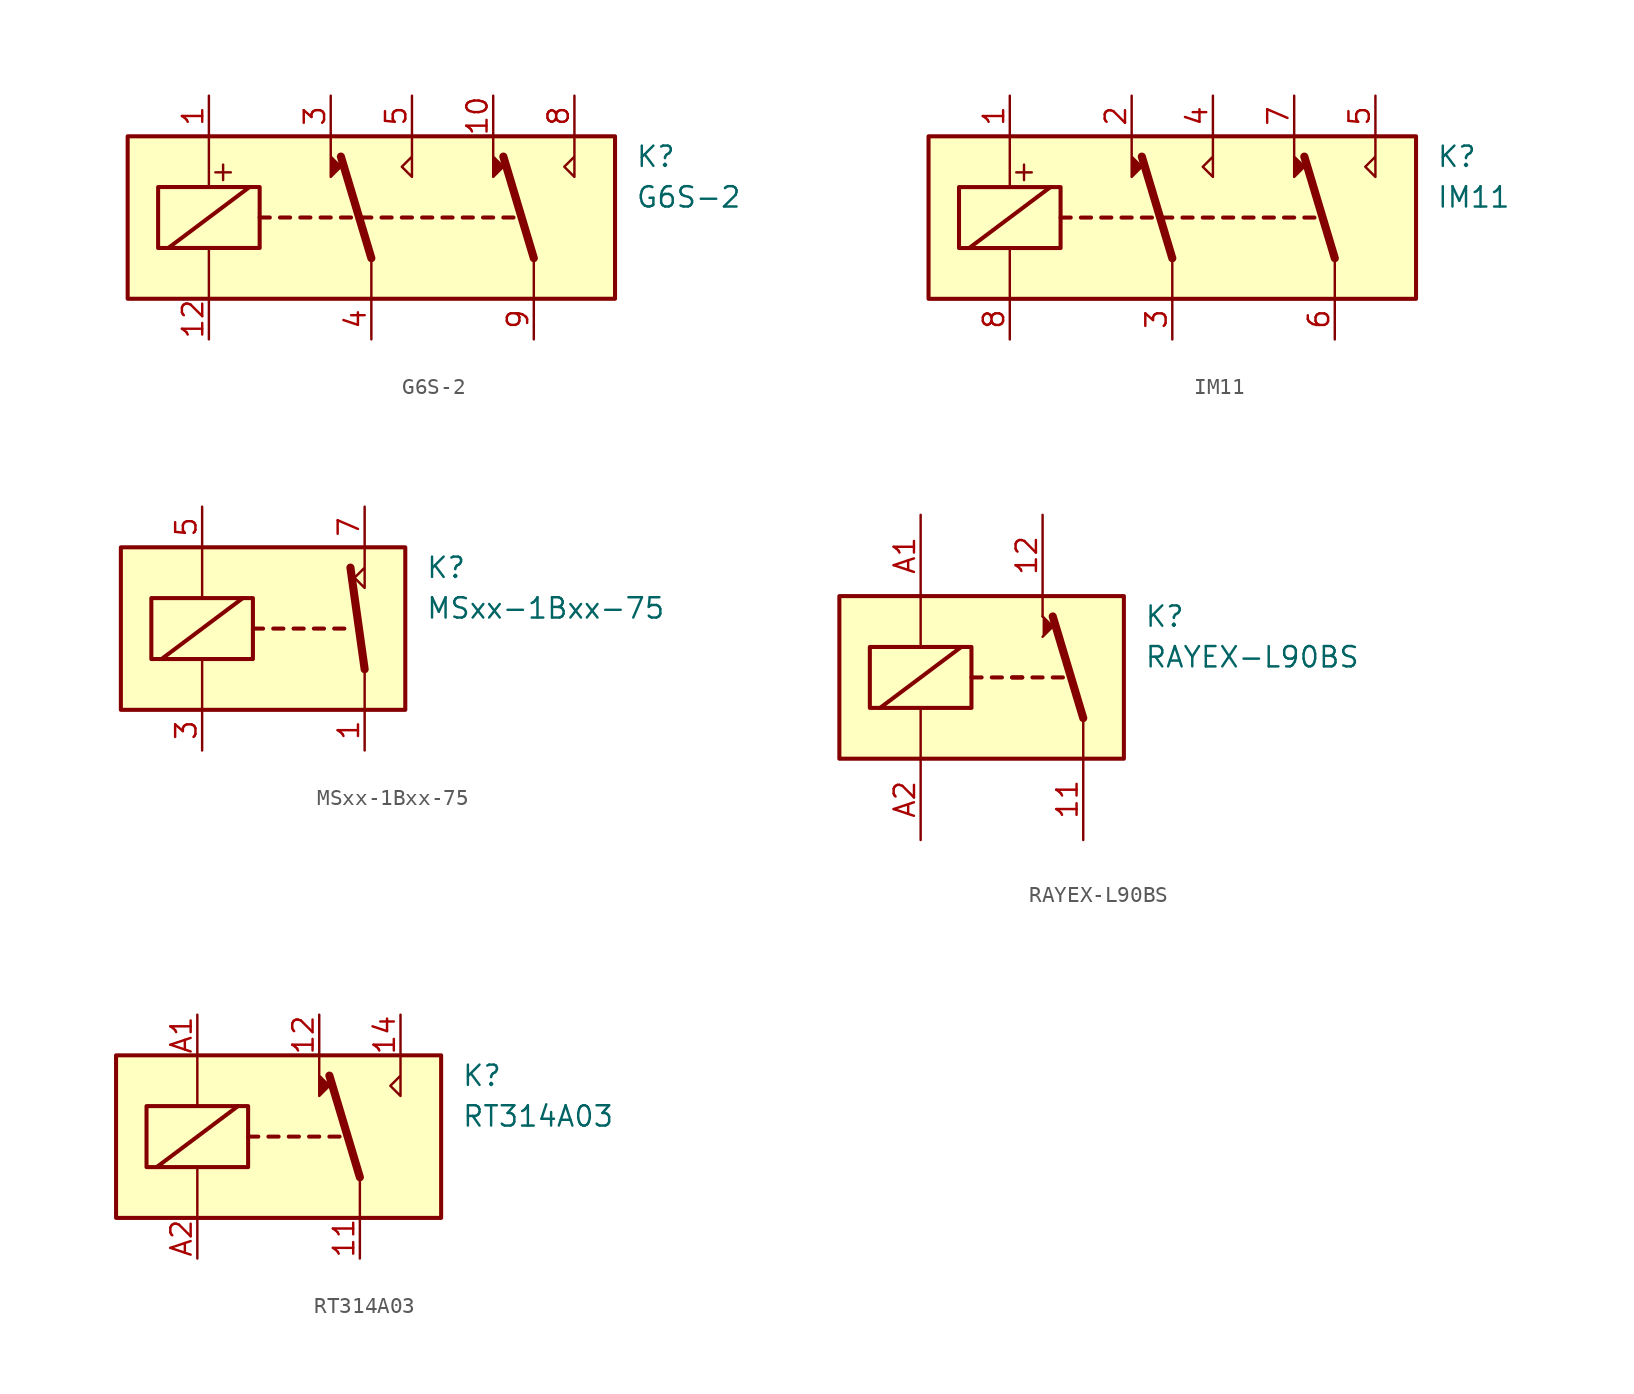
<source format=kicad_sym>
(kicad_symbol_lib
  (version 20231120)
  (generator "kicad_symbol_editor")
  (generator_version "8.0")
  (symbol "G6S-2"
    (property "Reference" "K"
      (at 16.51 3.81 0)
      (effects (font (size 1.27 1.27)) (justify left)))
    (property "Value" "G6S-2"
      (at 16.51 1.27 0)
      (effects (font (size 1.27 1.27)) (justify left)))
    (symbol "G6S-2_0_0"
      (text "+" (at -9.271 2.921 0) (effects (font (size 1.27 1.27)))))
    (symbol "G6S-2_0_1"
      (rectangle (start -15.24 5.08) (end 15.24 -5.08) (stroke (width 0.254) (type default)) (fill (type background)))
      (rectangle (start -13.335 1.905) (end -6.985 -1.905) (stroke (width 0.254) (type default)) (fill (type none)))
      (polyline (pts (xy -12.7 -1.905) (xy -7.62 1.905)) (stroke (width 0.254) (type default)) (fill (type none)))
      (polyline (pts (xy -10.16 -5.08) (xy -10.16 -1.905)) (stroke (width 0) (type default)) (fill (type none)))
      (polyline (pts (xy -10.16 5.08) (xy -10.16 1.905)) (stroke (width 0) (type default)) (fill (type none)))
      (polyline (pts (xy -6.985 0) (xy -6.35 0)) (stroke (width 0.254) (type default)) (fill (type none)))
      (polyline (pts (xy -5.715 0) (xy -5.08 0)) (stroke (width 0.254) (type default)) (fill (type none)))
      (polyline (pts (xy -4.445 0) (xy -3.81 0)) (stroke (width 0.254) (type default)) (fill (type none)))
      (polyline (pts (xy -3.175 0) (xy -2.54 0)) (stroke (width 0.254) (type default)) (fill (type none)))
      (polyline (pts (xy -1.905 0) (xy -1.27 0)) (stroke (width 0.254) (type default)) (fill (type none)))
      (polyline (pts (xy -0.635 0) (xy 0 0)) (stroke (width 0.254) (type default)) (fill (type none)))
      (polyline (pts (xy 0 -2.54) (xy -1.905 3.81)) (stroke (width 0.508) (type default)) (fill (type none)))
      (polyline (pts (xy 0 -2.54) (xy 0 -5.08)) (stroke (width 0) (type default)) (fill (type none)))
      (polyline (pts (xy 0.635 0) (xy 1.27 0)) (stroke (width 0.254) (type default)) (fill (type none)))
      (polyline (pts (xy 1.905 0) (xy 2.54 0)) (stroke (width 0.254) (type default)) (fill (type none)))
      (polyline (pts (xy 3.175 0) (xy 3.81 0)) (stroke (width 0.254) (type default)) (fill (type none)))
      (polyline (pts (xy 4.445 0) (xy 5.08 0)) (stroke (width 0.254) (type default)) (fill (type none)))
      (polyline (pts (xy 5.715 0) (xy 6.35 0)) (stroke (width 0.254) (type default)) (fill (type none)))
      (polyline (pts (xy 6.985 0) (xy 7.62 0)) (stroke (width 0.254) (type default)) (fill (type none)))
      (polyline (pts (xy 8.255 0) (xy 8.89 0)) (stroke (width 0.254) (type default)) (fill (type none)))
      (polyline (pts (xy 10.16 -2.54) (xy 8.255 3.81)) (stroke (width 0.508) (type default)) (fill (type none)))
      (polyline (pts (xy 10.16 -2.54) (xy 10.16 -5.08)) (stroke (width 0) (type default)) (fill (type none)))
      (polyline (pts (xy -2.54 5.08) (xy -2.54 2.54) (xy -1.905 3.175) (xy -2.54 3.81)) (stroke (width 0) (type default)) (fill (type outline)))
      (polyline (pts (xy 2.54 5.08) (xy 2.54 2.54) (xy 1.905 3.175) (xy 2.54 3.81)) (stroke (width 0) (type default)) (fill (type none)))
      (polyline (pts (xy 7.62 5.08) (xy 7.62 2.54) (xy 8.255 3.175) (xy 7.62 3.81)) (stroke (width 0) (type default)) (fill (type outline)))
      (polyline (pts (xy 12.7 5.08) (xy 12.7 2.54) (xy 12.065 3.175) (xy 12.7 3.81)) (stroke (width 0) (type default)) (fill (type none))))
    (symbol "G6S-2_1_1"
      (pin passive line (at -10.16 7.62 270) (length 2.54) (name "~" (effects (font (size 1.27 1.27)))) (number "1" (effects (font (size 1.27 1.27)))))
      (pin passive line (at 7.62 7.62 270) (length 2.54) (name "~" (effects (font (size 1.27 1.27)))) (number "10" (effects (font (size 1.27 1.27)))))
      (pin passive line (at -10.16 -7.62 90) (length 2.54) (name "~" (effects (font (size 1.27 1.27)))) (number "12" (effects (font (size 1.27 1.27)))))
      (pin passive line (at -2.54 7.62 270) (length 2.54) (name "~" (effects (font (size 1.27 1.27)))) (number "3" (effects (font (size 1.27 1.27)))))
      (pin passive line (at 0 -7.62 90) (length 2.54) (name "~" (effects (font (size 1.27 1.27)))) (number "4" (effects (font (size 1.27 1.27)))))
      (pin passive line (at 2.54 7.62 270) (length 2.54) (name "~" (effects (font (size 1.27 1.27)))) (number "5" (effects (font (size 1.27 1.27)))))
      (pin passive line (at 12.7 7.62 270) (length 2.54) (name "~" (effects (font (size 1.27 1.27)))) (number "8" (effects (font (size 1.27 1.27)))))
      (pin passive line (at 10.16 -7.62 90) (length 2.54) (name "~" (effects (font (size 1.27 1.27)))) (number "9" (effects (font (size 1.27 1.27)))))))
  (symbol "IM11"
    (property "Reference" "K"
      (at 16.51 3.81 0)
      (effects (font (size 1.27 1.27)) (justify left)))
    (property "Value" "IM11"
      (at 16.51 1.27 0)
      (effects (font (size 1.27 1.27)) (justify left)))
    (symbol "IM11_0_0"
      (text "+" (at -9.271 2.921 0) (effects (font (size 1.27 1.27)))))
    (symbol "IM11_0_1"
      (rectangle (start -15.24 5.08) (end 15.24 -5.08) (stroke (width 0.254) (type default)) (fill (type background)))
      (rectangle (start -13.335 1.905) (end -6.985 -1.905) (stroke (width 0.254) (type default)) (fill (type none)))
      (polyline (pts (xy -12.7 -1.905) (xy -7.62 1.905)) (stroke (width 0.254) (type default)) (fill (type none)))
      (polyline (pts (xy -10.16 -5.08) (xy -10.16 -1.905)) (stroke (width 0) (type default)) (fill (type none)))
      (polyline (pts (xy -10.16 5.08) (xy -10.16 1.905)) (stroke (width 0) (type default)) (fill (type none)))
      (polyline (pts (xy -6.985 0) (xy -6.35 0)) (stroke (width 0.254) (type default)) (fill (type none)))
      (polyline (pts (xy -5.715 0) (xy -5.08 0)) (stroke (width 0.254) (type default)) (fill (type none)))
      (polyline (pts (xy -4.445 0) (xy -3.81 0)) (stroke (width 0.254) (type default)) (fill (type none)))
      (polyline (pts (xy -3.175 0) (xy -2.54 0)) (stroke (width 0.254) (type default)) (fill (type none)))
      (polyline (pts (xy -1.905 0) (xy -1.27 0)) (stroke (width 0.254) (type default)) (fill (type none)))
      (polyline (pts (xy -0.635 0) (xy 0 0)) (stroke (width 0.254) (type default)) (fill (type none)))
      (polyline (pts (xy 0 -2.54) (xy -1.905 3.81)) (stroke (width 0.508) (type default)) (fill (type none)))
      (polyline (pts (xy 0 -2.54) (xy 0 -5.08)) (stroke (width 0) (type default)) (fill (type none)))
      (polyline (pts (xy 0.635 0) (xy 1.27 0)) (stroke (width 0.254) (type default)) (fill (type none)))
      (polyline (pts (xy 1.905 0) (xy 2.54 0)) (stroke (width 0.254) (type default)) (fill (type none)))
      (polyline (pts (xy 3.175 0) (xy 3.81 0)) (stroke (width 0.254) (type default)) (fill (type none)))
      (polyline (pts (xy 4.445 0) (xy 5.08 0)) (stroke (width 0.254) (type default)) (fill (type none)))
      (polyline (pts (xy 5.715 0) (xy 6.35 0)) (stroke (width 0.254) (type default)) (fill (type none)))
      (polyline (pts (xy 6.985 0) (xy 7.62 0)) (stroke (width 0.254) (type default)) (fill (type none)))
      (polyline (pts (xy 8.255 0) (xy 8.89 0)) (stroke (width 0.254) (type default)) (fill (type none)))
      (polyline (pts (xy 10.16 -2.54) (xy 8.255 3.81)) (stroke (width 0.508) (type default)) (fill (type none)))
      (polyline (pts (xy 10.16 -2.54) (xy 10.16 -5.08)) (stroke (width 0) (type default)) (fill (type none)))
      (polyline (pts (xy -2.54 5.08) (xy -2.54 2.54) (xy -1.905 3.175) (xy -2.54 3.81)) (stroke (width 0) (type default)) (fill (type outline)))
      (polyline (pts (xy 2.54 5.08) (xy 2.54 2.54) (xy 1.905 3.175) (xy 2.54 3.81)) (stroke (width 0) (type default)) (fill (type none)))
      (polyline (pts (xy 7.62 5.08) (xy 7.62 2.54) (xy 8.255 3.175) (xy 7.62 3.81)) (stroke (width 0) (type default)) (fill (type outline)))
      (polyline (pts (xy 12.7 5.08) (xy 12.7 2.54) (xy 12.065 3.175) (xy 12.7 3.81)) (stroke (width 0) (type default)) (fill (type none))))
    (symbol "IM11_1_1"
      (pin passive line (at -10.16 7.62 270) (length 2.54) (name "~" (effects (font (size 1.27 1.27)))) (number "1" (effects (font (size 1.27 1.27)))))
      (pin passive line (at -2.54 7.62 270) (length 2.54) (name "~" (effects (font (size 1.27 1.27)))) (number "2" (effects (font (size 1.27 1.27)))))
      (pin passive line (at 0 -7.62 90) (length 2.54) (name "~" (effects (font (size 1.27 1.27)))) (number "3" (effects (font (size 1.27 1.27)))))
      (pin passive line (at 2.54 7.62 270) (length 2.54) (name "~" (effects (font (size 1.27 1.27)))) (number "4" (effects (font (size 1.27 1.27)))))
      (pin passive line (at 12.7 7.62 270) (length 2.54) (name "~" (effects (font (size 1.27 1.27)))) (number "5" (effects (font (size 1.27 1.27)))))
      (pin passive line (at 10.16 -7.62 90) (length 2.54) (name "~" (effects (font (size 1.27 1.27)))) (number "6" (effects (font (size 1.27 1.27)))))
      (pin passive line (at 7.62 7.62 270) (length 2.54) (name "~" (effects (font (size 1.27 1.27)))) (number "7" (effects (font (size 1.27 1.27)))))
      (pin passive line (at -10.16 -7.62 90) (length 2.54) (name "~" (effects (font (size 1.27 1.27)))) (number "8" (effects (font (size 1.27 1.27)))))))
  (symbol "MSxx-1Bxx-75"
    (property "Reference" "K"
      (at 8.89 3.81 0)
      (effects (font (size 1.27 1.27)) (justify left)))
    (property "Value" "MSxx-1Bxx-75"
      (at 8.89 1.27 0)
      (effects (font (size 1.27 1.27)) (justify left)))
    (symbol "MSxx-1Bxx-75_0_0"
      (polyline (pts (xy 5.08 5.08) (xy 5.08 2.54) (xy 4.445 3.175) (xy 5.08 3.81)) (stroke (width 0) (type default)) (fill (type none))))
    (symbol "MSxx-1Bxx-75_0_1"
      (rectangle (start -10.16 5.08) (end 7.62 -5.08) (stroke (width 0.254) (type default)) (fill (type background)))
      (rectangle (start -8.255 1.905) (end -1.905 -1.905) (stroke (width 0.254) (type default)) (fill (type none)))
      (polyline (pts (xy -7.62 -1.905) (xy -2.54 1.905)) (stroke (width 0.254) (type default)) (fill (type none)))
      (polyline (pts (xy -5.08 -5.08) (xy -5.08 -1.905)) (stroke (width 0) (type default)) (fill (type none)))
      (polyline (pts (xy -5.08 5.08) (xy -5.08 1.905)) (stroke (width 0) (type default)) (fill (type none)))
      (polyline (pts (xy -1.905 0) (xy -1.27 0)) (stroke (width 0.254) (type default)) (fill (type none)))
      (polyline (pts (xy -0.635 0) (xy 0 0)) (stroke (width 0.254) (type default)) (fill (type none)))
      (polyline (pts (xy 0.635 0) (xy 1.27 0)) (stroke (width 0.254) (type default)) (fill (type none)))
      (polyline (pts (xy 1.905 0) (xy 2.54 0)) (stroke (width 0.254) (type default)) (fill (type none)))
      (polyline (pts (xy 3.175 0) (xy 3.81 0)) (stroke (width 0.254) (type default)) (fill (type none)))
      (polyline (pts (xy 5.08 -2.54) (xy 4.191 3.81)) (stroke (width 0.508) (type default)) (fill (type none)))
      (polyline (pts (xy 5.08 -2.54) (xy 5.08 -5.08)) (stroke (width 0) (type default)) (fill (type none))))
    (symbol "MSxx-1Bxx-75_1_1"
      (pin passive line (at 5.08 -7.62 90) (length 2.54) (name "~" (effects (font (size 1.27 1.27)))) (number "1" (effects (font (size 1.27 1.27)))))
      (pin passive line (at -5.08 -7.62 90) (length 2.54) (name "~" (effects (font (size 1.27 1.27)))) (number "3" (effects (font (size 1.27 1.27)))))
      (pin passive line (at -5.08 7.62 270) (length 2.54) (name "~" (effects (font (size 1.27 1.27)))) (number "5" (effects (font (size 1.27 1.27)))))
      (pin passive line (at 5.08 7.62 270) (length 2.54) (name "~" (effects (font (size 1.27 1.27)))) (number "7" (effects (font (size 1.27 1.27)))))))
  (symbol "RAYEX-L90BS"
    (property "Reference" "K"
      (at 8.89 3.81 0)
      (effects (font (size 1.27 1.27)) (justify left)))
    (property "Value" "RAYEX-L90BS"
      (at 8.89 1.27 0)
      (effects (font (size 1.27 1.27)) (justify left)))
    (symbol "RAYEX-L90BS_1_0"
      (polyline (pts (xy 2.54 3.81) (xy 2.54 5.08)) (stroke (width 0) (type default)) (fill (type none))))
    (symbol "RAYEX-L90BS_1_1"
      (rectangle (start -10.16 5.08) (end 7.62 -5.08) (stroke (width 0.254) (type default)) (fill (type background)))
      (rectangle (start -8.255 1.905) (end -1.905 -1.905) (stroke (width 0.254) (type default)) (fill (type none)))
      (polyline (pts (xy -7.62 -1.905) (xy -2.54 1.905)) (stroke (width 0.254) (type default)) (fill (type none)))
      (polyline (pts (xy -5.08 -5.08) (xy -5.08 -1.905)) (stroke (width 0) (type default)) (fill (type none)))
      (polyline (pts (xy -5.08 5.08) (xy -5.08 1.905)) (stroke (width 0) (type default)) (fill (type none)))
      (polyline (pts (xy -1.905 0) (xy -1.27 0)) (stroke (width 0.254) (type default)) (fill (type none)))
      (polyline (pts (xy -0.635 0) (xy 0 0)) (stroke (width 0.254) (type default)) (fill (type none)))
      (polyline (pts (xy 0.635 0) (xy 1.27 0)) (stroke (width 0.254) (type default)) (fill (type none)))
      (polyline (pts (xy 0.635 0) (xy 1.27 0)) (stroke (width 0.254) (type default)) (fill (type none)))
      (polyline (pts (xy 1.905 0) (xy 2.54 0)) (stroke (width 0.254) (type default)) (fill (type none)))
      (polyline (pts (xy 3.175 0) (xy 3.81 0)) (stroke (width 0.254) (type default)) (fill (type none)))
      (polyline (pts (xy 5.08 -2.54) (xy 3.175 3.81)) (stroke (width 0.508) (type default)) (fill (type none)))
      (polyline (pts (xy 5.08 -2.54) (xy 5.08 -5.08)) (stroke (width 0) (type default)) (fill (type none)))
      (polyline (pts (xy 2.54 2.54) (xy 3.175 3.175) (xy 2.54 3.81)) (stroke (width 0) (type default)) (fill (type outline)))
      (pin passive line (at 5.08 -10.16 90) (length 5.08) (name "~" (effects (font (size 1.27 1.27)))) (number "11" (effects (font (size 1.27 1.27)))))
      (pin passive line (at 2.54 10.16 270) (length 5.08) (name "~" (effects (font (size 1.27 1.27)))) (number "12" (effects (font (size 1.27 1.27)))))
      (pin passive line (at -5.08 10.16 270) (length 5.08) (name "~" (effects (font (size 1.27 1.27)))) (number "A1" (effects (font (size 1.27 1.27)))))
      (pin passive line (at -5.08 -10.16 90) (length 5.08) (name "~" (effects (font (size 1.27 1.27)))) (number "A2" (effects (font (size 1.27 1.27)))))))
  (symbol "RT314A03"
    (property "Reference" "K"
      (at 11.43 3.81 0)
      (effects (font (size 1.27 1.27)) (justify left)))
    (property "Value" "RT314A03"
      (at 11.43 1.27 0)
      (effects (font (size 1.27 1.27)) (justify left)))
    (symbol "RT314A03_0_0"
      (polyline (pts (xy -2.54 1.905) (xy -7.62 -1.905)) (stroke (width 0.254) (type default)) (fill (type none))))
    (symbol "RT314A03_0_1"
      (rectangle (start -10.16 5.08) (end 10.16 -5.08) (stroke (width 0.254) (type default)) (fill (type background)))
      (rectangle (start -8.255 1.905) (end -1.905 -1.905) (stroke (width 0.254) (type default)) (fill (type none)))
      (polyline (pts (xy -5.08 -5.08) (xy -5.08 -1.905)) (stroke (width 0) (type default)) (fill (type none)))
      (polyline (pts (xy -5.08 5.08) (xy -5.08 1.905)) (stroke (width 0) (type default)) (fill (type none)))
      (polyline (pts (xy -1.905 0) (xy -1.27 0)) (stroke (width 0.254) (type default)) (fill (type none)))
      (polyline (pts (xy -0.635 0) (xy 0 0)) (stroke (width 0.254) (type default)) (fill (type none)))
      (polyline (pts (xy 0.635 0) (xy 1.27 0)) (stroke (width 0.254) (type default)) (fill (type none)))
      (polyline (pts (xy 1.905 0) (xy 2.54 0)) (stroke (width 0.254) (type default)) (fill (type none)))
      (polyline (pts (xy 3.175 0) (xy 3.81 0)) (stroke (width 0.254) (type default)) (fill (type none)))
      (polyline (pts (xy 5.08 -2.54) (xy 3.175 3.81)) (stroke (width 0.508) (type default)) (fill (type none)))
      (polyline (pts (xy 5.08 -2.54) (xy 5.08 -5.08)) (stroke (width 0) (type default)) (fill (type none)))
      (polyline (pts (xy 2.54 5.08) (xy 2.54 2.54) (xy 3.175 3.175) (xy 2.54 3.81)) (stroke (width 0) (type default)) (fill (type outline)))
      (polyline (pts (xy 7.62 5.08) (xy 7.62 2.54) (xy 6.985 3.175) (xy 7.62 3.81)) (stroke (width 0) (type default)) (fill (type none))))
    (symbol "RT314A03_1_1"
      (pin passive line (at 5.08 -7.62 90) (length 2.54) (name "~" (effects (font (size 1.27 1.27)))) (number "11" (effects (font (size 1.27 1.27)))))
      (pin passive line (at 2.54 7.62 270) (length 2.54) (name "~" (effects (font (size 1.27 1.27)))) (number "12" (effects (font (size 1.27 1.27)))))
      (pin passive line (at 7.62 7.62 270) (length 2.54) (name "~" (effects (font (size 1.27 1.27)))) (number "14" (effects (font (size 1.27 1.27)))))
      (pin passive line (at -5.08 7.62 270) (length 2.54) (name "~" (effects (font (size 1.27 1.27)))) (number "A1" (effects (font (size 1.27 1.27)))))
      (pin passive line (at -5.08 -7.62 90) (length 2.54) (name "~" (effects (font (size 1.27 1.27)))) (number "A2" (effects (font (size 1.27 1.27))))))))
</source>
